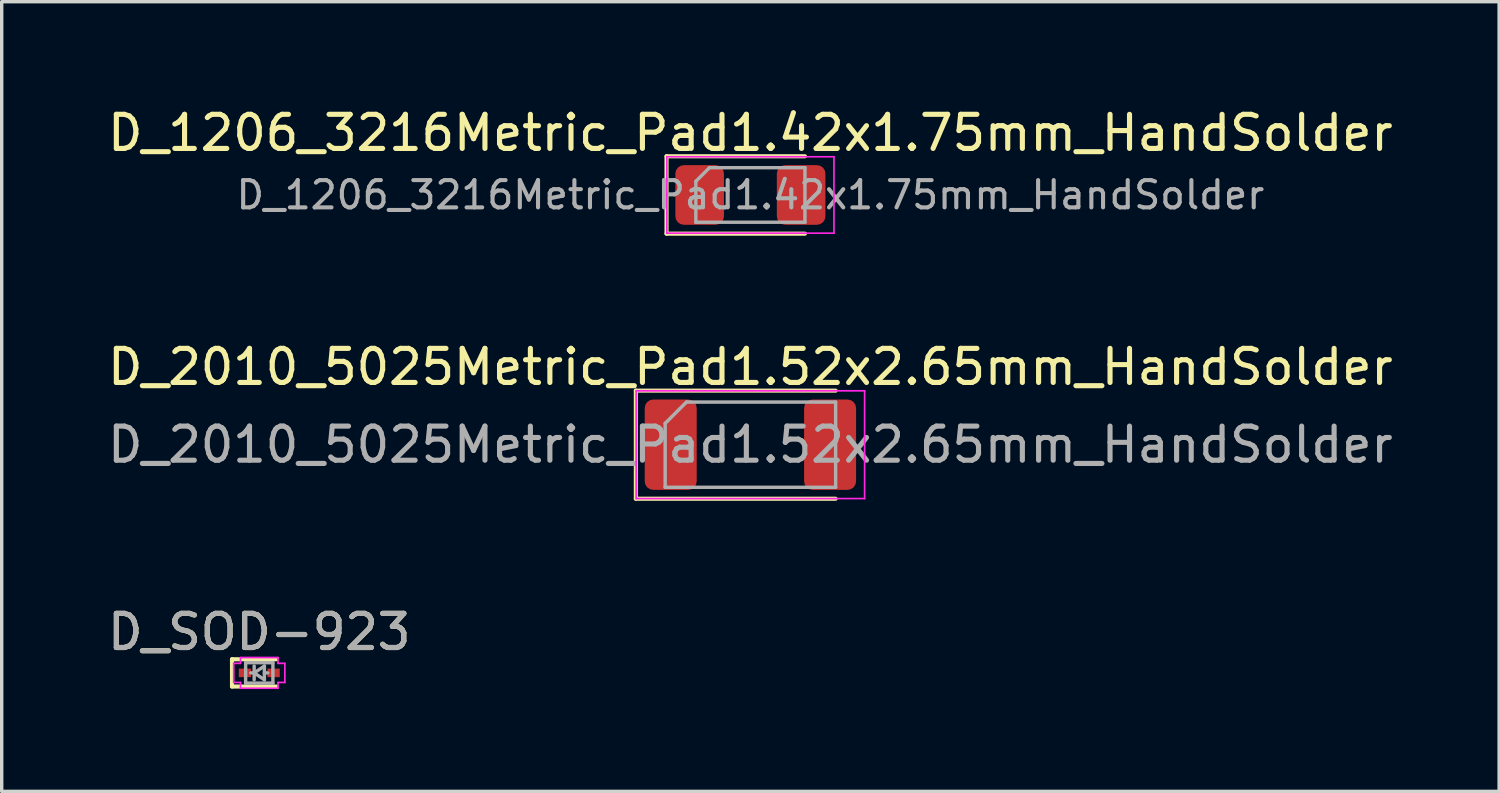
<source format=kicad_pcb>
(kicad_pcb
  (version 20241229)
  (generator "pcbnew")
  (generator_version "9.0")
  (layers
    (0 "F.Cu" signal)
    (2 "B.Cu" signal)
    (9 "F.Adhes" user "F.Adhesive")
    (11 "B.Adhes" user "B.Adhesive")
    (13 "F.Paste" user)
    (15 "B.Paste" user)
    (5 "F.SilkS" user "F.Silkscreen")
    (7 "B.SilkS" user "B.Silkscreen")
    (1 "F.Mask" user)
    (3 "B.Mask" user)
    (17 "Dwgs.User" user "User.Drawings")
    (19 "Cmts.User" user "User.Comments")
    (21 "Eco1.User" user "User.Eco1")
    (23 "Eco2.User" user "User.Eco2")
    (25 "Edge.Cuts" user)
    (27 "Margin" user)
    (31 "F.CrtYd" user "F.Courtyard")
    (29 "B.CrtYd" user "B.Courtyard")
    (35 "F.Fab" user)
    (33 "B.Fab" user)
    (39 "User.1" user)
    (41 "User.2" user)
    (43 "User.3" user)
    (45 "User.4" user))
  (footprint "D_SOD-923"
    (layer "F.Cu")
    (at 4.554 16.685)
    (property "Reference" "D_SOD-923" (at 0 -1.2 0) (layer "F.SilkS") (effects (font (size 1 1) (thickness 0.15))))
    (attr smd)
    (fp_line (start -0.8 -0.4) (end -0.8 0.4) (stroke (width 0.12) (type solid)) (layer "F.SilkS"))
    (fp_line (start 0.5 -0.4) (end -0.8 -0.4) (stroke (width 0.12) (type solid)) (layer "F.SilkS"))
    (fp_line (start 0.5 0.4) (end -0.8 0.4) (stroke (width 0.12) (type solid)) (layer "F.SilkS"))
    (fp_line (start -0.75 -0.28) (end -0.75 0.28) (stroke (width 0.05) (type solid)) (layer "F.CrtYd"))
    (fp_line (start -0.75 0.28) (end -0.55 0.28) (stroke (width 0.05) (type solid)) (layer "F.CrtYd"))
    (fp_line (start -0.55 -0.45) (end 0.55 -0.45) (stroke (width 0.05) (type solid)) (layer "F.CrtYd"))
    (fp_line (start -0.55 -0.28) (end -0.75 -0.28) (stroke (width 0.05) (type solid)) (layer "F.CrtYd"))
    (fp_line (start -0.55 -0.28) (end -0.55 -0.45) (stroke (width 0.05) (type solid)) (layer "F.CrtYd"))
    (fp_line (start -0.55 0.45) (end -0.55 0.28) (stroke (width 0.05) (type solid)) (layer "F.CrtYd"))
    (fp_line (start 0.55 -0.45) (end 0.55 -0.28) (stroke (width 0.05) (type solid)) (layer "F.CrtYd"))
    (fp_line (start 0.55 -0.28) (end 0.75 -0.28) (stroke (width 0.05) (type solid)) (layer "F.CrtYd"))
    (fp_line (start 0.55 0.28) (end 0.55 0.45) (stroke (width 0.05) (type solid)) (layer "F.CrtYd"))
    (fp_line (start 0.55 0.45) (end -0.55 0.45) (stroke (width 0.05) (type solid)) (layer "F.CrtYd"))
    (fp_line (start 0.75 -0.28) (end 0.75 0.28) (stroke (width 0.05) (type solid)) (layer "F.CrtYd"))
    (fp_line (start 0.75 0.28) (end 0.55 0.28) (stroke (width 0.05) (type solid)) (layer "F.CrtYd"))
    (fp_line (start -0.4 -0.3) (end 0.4 -0.3) (stroke (width 0.1) (type solid)) (layer "F.Fab"))
    (fp_line (start -0.4 0.3) (end -0.4 -0.3) (stroke (width 0.1) (type solid)) (layer "F.Fab"))
    (fp_line (start -0.15 0) (end -0.25 0) (stroke (width 0.1) (type solid)) (layer "F.Fab"))
    (fp_line (start -0.15 0) (end 0.15 0.2) (stroke (width 0.1) (type solid)) (layer "F.Fab"))
    (fp_line (start -0.15 0.2) (end -0.15 -0.2) (stroke (width 0.1) (type solid)) (layer "F.Fab"))
    (fp_line (start 0.15 -0.2) (end -0.15 0) (stroke (width 0.1) (type solid)) (layer "F.Fab"))
    (fp_line (start 0.15 0) (end 0.25 0) (stroke (width 0.1) (type solid)) (layer "F.Fab"))
    (fp_line (start 0.15 0.2) (end 0.15 -0.2) (stroke (width 0.1) (type solid)) (layer "F.Fab"))
    (fp_line (start 0.4 -0.3) (end 0.4 0.3) (stroke (width 0.1) (type solid)) (layer "F.Fab"))
    (fp_line (start 0.4 0.3) (end -0.4 0.3) (stroke (width 0.1) (type solid)) (layer "F.Fab"))
    (fp_text user "${REFERENCE}" (at 0 -1.2 0) (layer "F.Fab") (effects (font (size 1 1) (thickness 0.15))))
    (pad "1" smd rect (at -0.42 0 180) (size 0.36 0.25) (layers "F.Cu" "F.Mask" "F.Paste"))
    (pad "2" smd rect (at 0.42 0 180) (size 0.36 0.25) (layers "F.Cu" "F.Mask" "F.Paste")))
  (footprint "D_1206_3216Metric_Pad1.42x1.75mm_HandSolder"
    (layer "F.Cu")
    (at 18.958 2.668)
    (property "Reference" "D_1206_3216Metric_Pad1.42x1.75mm_HandSolder" (at 0 -1.82 0) (layer "F.SilkS") (effects (font (size 1 1) (thickness 0.15))))
    (attr smd)
    (fp_line (start -2.46 -1.135) (end -2.46 1.135) (stroke (width 0.12) (type solid)) (layer "F.SilkS"))
    (fp_line (start -2.46 1.135) (end 1.6 1.135) (stroke (width 0.12) (type solid)) (layer "F.SilkS"))
    (fp_line (start 1.6 -1.135) (end -2.46 -1.135) (stroke (width 0.12) (type solid)) (layer "F.SilkS"))
    (fp_line (start -2.45 -1.12) (end 2.45 -1.12) (stroke (width 0.05) (type solid)) (layer "F.CrtYd"))
    (fp_line (start -2.45 1.12) (end -2.45 -1.12) (stroke (width 0.05) (type solid)) (layer "F.CrtYd"))
    (fp_line (start 2.45 -1.12) (end 2.45 1.12) (stroke (width 0.05) (type solid)) (layer "F.CrtYd"))
    (fp_line (start 2.45 1.12) (end -2.45 1.12) (stroke (width 0.05) (type solid)) (layer "F.CrtYd"))
    (fp_line (start -1.6 -0.4) (end -1.6 0.8) (stroke (width 0.1) (type solid)) (layer "F.Fab"))
    (fp_line (start -1.6 0.8) (end 1.6 0.8) (stroke (width 0.1) (type solid)) (layer "F.Fab"))
    (fp_line (start -1.2 -0.8) (end -1.6 -0.4) (stroke (width 0.1) (type solid)) (layer "F.Fab"))
    (fp_line (start 1.6 -0.8) (end -1.2 -0.8) (stroke (width 0.1) (type solid)) (layer "F.Fab"))
    (fp_line (start 1.6 0.8) (end 1.6 -0.8) (stroke (width 0.1) (type solid)) (layer "F.Fab"))
    (fp_text user "${REFERENCE}" (at 0 0 0) (layer "F.Fab") (effects (font (size 0.8 0.8) (thickness 0.12))))
    (pad "1" smd roundrect (at -1.488 0) (size 1.425 1.75) (layers "F.Cu" "F.Mask" "F.Paste") (roundrect_rratio 0.175))
    (pad "2" smd roundrect (at 1.488 0) (size 1.425 1.75) (layers "F.Cu" "F.Mask" "F.Paste") (roundrect_rratio 0.175)))
  (footprint "D_2010_5025Metric_Pad1.52x2.65mm_HandSolder"
    (layer "F.Cu")
    (at 18.958 9.992)
    (property "Reference" "D_2010_5025Metric_Pad1.52x2.65mm_HandSolder" (at 0 -2.28 0) (layer "F.SilkS") (effects (font (size 1 1) (thickness 0.15))))
    (attr smd)
    (fp_line (start -3.36 -1.585) (end -3.36 1.585) (stroke (width 0.12) (type solid)) (layer "F.SilkS"))
    (fp_line (start -3.36 1.585) (end 2.5 1.585) (stroke (width 0.12) (type solid)) (layer "F.SilkS"))
    (fp_line (start 2.5 -1.585) (end -3.36 -1.585) (stroke (width 0.12) (type solid)) (layer "F.SilkS"))
    (fp_line (start -3.35 -1.58) (end 3.35 -1.58) (stroke (width 0.05) (type solid)) (layer "F.CrtYd"))
    (fp_line (start -3.35 1.58) (end -3.35 -1.58) (stroke (width 0.05) (type solid)) (layer "F.CrtYd"))
    (fp_line (start 3.35 -1.58) (end 3.35 1.58) (stroke (width 0.05) (type solid)) (layer "F.CrtYd"))
    (fp_line (start 3.35 1.58) (end -3.35 1.58) (stroke (width 0.05) (type solid)) (layer "F.CrtYd"))
    (fp_line (start -2.5 -0.625) (end -2.5 1.25) (stroke (width 0.1) (type solid)) (layer "F.Fab"))
    (fp_line (start -2.5 1.25) (end 2.5 1.25) (stroke (width 0.1) (type solid)) (layer "F.Fab"))
    (fp_line (start -1.875 -1.25) (end -2.5 -0.625) (stroke (width 0.1) (type solid)) (layer "F.Fab"))
    (fp_line (start 2.5 -1.25) (end -1.875 -1.25) (stroke (width 0.1) (type solid)) (layer "F.Fab"))
    (fp_line (start 2.5 1.25) (end 2.5 -1.25) (stroke (width 0.1) (type solid)) (layer "F.Fab"))
    (fp_text user "${REFERENCE}" (at 0 0 0) (layer "F.Fab") (effects (font (size 1 1) (thickness 0.15))))
    (pad "1" smd roundrect (at -2.337 0) (size 1.525 2.65) (layers "F.Cu" "F.Mask" "F.Paste") (roundrect_rratio 0.164))
    (pad "2" smd roundrect (at 2.337 0) (size 1.525 2.65) (layers "F.Cu" "F.Mask" "F.Paste") (roundrect_rratio 0.164)))
  (gr_rect
    (start -3 -3)
    (end 40.917 20.16)
    (stroke (width 0.1) (type default))
    (fill no)
    (layer "Edge.Cuts")))
</source>
